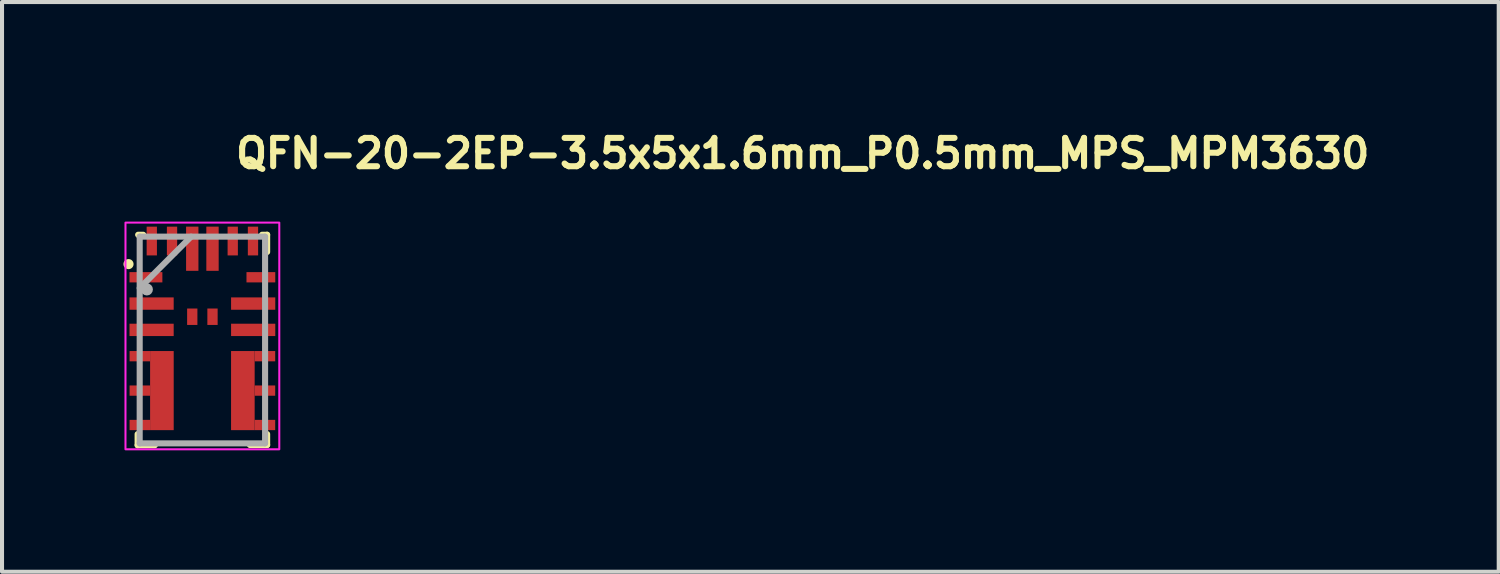
<source format=kicad_pcb>
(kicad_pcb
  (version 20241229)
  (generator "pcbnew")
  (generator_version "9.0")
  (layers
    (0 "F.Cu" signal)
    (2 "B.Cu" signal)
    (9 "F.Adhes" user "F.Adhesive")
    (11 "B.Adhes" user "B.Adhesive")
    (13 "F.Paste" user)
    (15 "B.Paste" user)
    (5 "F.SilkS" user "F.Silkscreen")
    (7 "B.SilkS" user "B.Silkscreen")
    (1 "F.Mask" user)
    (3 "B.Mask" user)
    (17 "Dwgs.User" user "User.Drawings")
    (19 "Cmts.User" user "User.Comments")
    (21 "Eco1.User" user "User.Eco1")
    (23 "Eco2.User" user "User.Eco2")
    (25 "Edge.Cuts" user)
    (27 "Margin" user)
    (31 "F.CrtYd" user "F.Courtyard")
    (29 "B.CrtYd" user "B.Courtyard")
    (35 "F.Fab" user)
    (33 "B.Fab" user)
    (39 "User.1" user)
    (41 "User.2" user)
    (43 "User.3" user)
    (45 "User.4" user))
  (footprint "QFN-20-2EP-3.5x5x1.6mm_P0.5mm_MPS_MPM3630"
    (layer "F.Cu")
    (at 1.95 5.35)
    (property "Reference" "QFN-20-2EP-3.5x5x1.6mm_P0.5mm_MPS_MPM3630" (at 0.75 -4.2 0) (unlocked yes) (layer "F.SilkS") (effects (font (size 0.7 0.7) (thickness 0.15)) (justify left bottom)))
    (attr smd)
    (fp_line (start -1.6 2.325) (end -1.6 2.6) (stroke (width 0.15) (type solid)) (layer "F.SilkS"))
    (fp_line (start -1.587 -2.6) (end -1.462 -2.6) (stroke (width 0.15) (type solid)) (layer "F.SilkS"))
    (fp_line (start -1.175 2.6) (end -1.6 2.6) (stroke (width 0.15) (type solid)) (layer "F.SilkS"))
    (fp_line (start 1.175 2.594) (end 1.6 2.594) (stroke (width 0.15) (type solid)) (layer "F.SilkS"))
    (fp_line (start 1.475 -2.6) (end 1.6 -2.6) (stroke (width 0.15) (type solid)) (layer "F.SilkS"))
    (fp_line (start 1.6 -2.6) (end 1.6 -2.175) (stroke (width 0.15) (type solid)) (layer "F.SilkS"))
    (fp_line (start 1.6 2.325) (end 1.6 2.594) (stroke (width 0.15) (type solid)) (layer "F.SilkS"))
    (fp_circle (center -1.825 -1.875) (end -1.775 -1.875) (stroke (width 0.15) (type solid)) (fill yes) (layer "F.SilkS"))
    (fp_rect (start -1.9 -2.9) (end 1.9 2.7) (stroke (width 0.05) (type solid)) (fill no) (layer "F.CrtYd"))
    (fp_line (start -1.549 -2.553) (end -1.549 2.553) (stroke (width 0.15) (type solid)) (layer "F.Fab"))
    (fp_line (start -1.549 -1.283) (end -0.279 -2.553) (stroke (width 0.15) (type solid)) (layer "F.Fab"))
    (fp_line (start -1.549 2.553) (end 1.549 2.553) (stroke (width 0.15) (type solid)) (layer "F.Fab"))
    (fp_line (start 1.549 -2.553) (end -1.549 -2.553) (stroke (width 0.15) (type solid)) (layer "F.Fab"))
    (fp_line (start 1.549 2.553) (end 1.549 -2.553) (stroke (width 0.15) (type solid)) (layer "F.Fab"))
    (fp_circle (center -1.372 -1.25) (end -1.372 -1.25) (stroke (width 0.15) (type solid)) (fill no) (layer "F.Fab"))
    (fp_rect (start -1.5 -2.5) (end 1.5 2.5) (stroke (width 0.1) (type solid)) (fill no) (layer "User.5"))
    (fp_line (start -1.5 -2.5) (end -1.5 2.5) (stroke (width 0.02) (type solid)) (layer "User.9"))
    (fp_line (start -1.5 2.5) (end 1.5 2.5) (stroke (width 0.02) (type solid)) (layer "User.9"))
    (fp_line (start -1.058 -1.611) (end -1.058 -1.603) (stroke (width 0.02) (type solid)) (layer "User.9"))
    (fp_line (start -1.058 -1.603) (end -1.057 -1.587) (stroke (width 0.02) (type solid)) (layer "User.9"))
    (fp_line (start -1.057 -1.626) (end -1.057 -1.619) (stroke (width 0.02) (type solid)) (layer "User.9"))
    (fp_line (start -1.057 -1.619) (end -1.058 -1.611) (stroke (width 0.02) (type solid)) (layer "User.9"))
    (fp_line (start -1.057 -1.587) (end -1.056 -1.572) (stroke (width 0.02) (type solid)) (layer "User.9"))
    (fp_line (start -1.056 -1.634) (end -1.057 -1.626) (stroke (width 0.02) (type solid)) (layer "User.9"))
    (fp_line (start -1.056 -1.572) (end -1.053 -1.556) (stroke (width 0.02) (type solid)) (layer "User.9"))
    (fp_line (start -1.055 -1.642) (end -1.056 -1.634) (stroke (width 0.02) (type solid)) (layer "User.9"))
    (fp_line (start -1.053 -1.649) (end -1.055 -1.642) (stroke (width 0.02) (type solid)) (layer "User.9"))
    (fp_line (start -1.053 -1.556) (end -1.05 -1.541) (stroke (width 0.02) (type solid)) (layer "User.9"))
    (fp_line (start -1.051 -1.657) (end -1.053 -1.649) (stroke (width 0.02) (type solid)) (layer "User.9"))
    (fp_line (start -1.05 -1.664) (end -1.051 -1.657) (stroke (width 0.02) (type solid)) (layer "User.9"))
    (fp_line (start -1.05 -1.541) (end -1.045 -1.527) (stroke (width 0.02) (type solid)) (layer "User.9"))
    (fp_line (start -1.047 -1.672) (end -1.05 -1.664) (stroke (width 0.02) (type solid)) (layer "User.9"))
    (fp_line (start -1.045 -1.679) (end -1.047 -1.672) (stroke (width 0.02) (type solid)) (layer "User.9"))
    (fp_line (start -1.045 -1.527) (end -1.04 -1.512) (stroke (width 0.02) (type solid)) (layer "User.9"))
    (fp_line (start -1.043 -1.686) (end -1.045 -1.679) (stroke (width 0.02) (type solid)) (layer "User.9"))
    (fp_line (start -1.04 -1.693) (end -1.043 -1.686) (stroke (width 0.02) (type solid)) (layer "User.9"))
    (fp_line (start -1.04 -1.512) (end -1.033 -1.499) (stroke (width 0.02) (type solid)) (layer "User.9"))
    (fp_line (start -1.037 -1.7) (end -1.04 -1.693) (stroke (width 0.02) (type solid)) (layer "User.9"))
    (fp_line (start -1.033 -1.707) (end -1.037 -1.7) (stroke (width 0.02) (type solid)) (layer "User.9"))
    (fp_line (start -1.033 -1.499) (end -1.026 -1.485) (stroke (width 0.02) (type solid)) (layer "User.9"))
    (fp_line (start -1.03 -1.714) (end -1.033 -1.707) (stroke (width 0.02) (type solid)) (layer "User.9"))
    (fp_line (start -1.026 -1.721) (end -1.03 -1.714) (stroke (width 0.02) (type solid)) (layer "User.9"))
    (fp_line (start -1.026 -1.485) (end -1.018 -1.472) (stroke (width 0.02) (type solid)) (layer "User.9"))
    (fp_line (start -1.022 -1.727) (end -1.026 -1.721) (stroke (width 0.02) (type solid)) (layer "User.9"))
    (fp_line (start -1.018 -1.734) (end -1.022 -1.727) (stroke (width 0.02) (type solid)) (layer "User.9"))
    (fp_line (start -1.018 -1.472) (end -1.009 -1.46) (stroke (width 0.02) (type solid)) (layer "User.9"))
    (fp_line (start -1.014 -1.74) (end -1.018 -1.734) (stroke (width 0.02) (type solid)) (layer "User.9"))
    (fp_line (start -1.009 -1.746) (end -1.014 -1.74) (stroke (width 0.02) (type solid)) (layer "User.9"))
    (fp_line (start -1.009 -1.46) (end -1 -1.448) (stroke (width 0.02) (type solid)) (layer "User.9"))
    (fp_line (start -1.004 -1.752) (end -1.009 -1.746) (stroke (width 0.02) (type solid)) (layer "User.9"))
    (fp_line (start -1 -1.758) (end -1.004 -1.752) (stroke (width 0.02) (type solid)) (layer "User.9"))
    (fp_line (start -1 -1.448) (end -0.989 -1.437) (stroke (width 0.02) (type solid)) (layer "User.9"))
    (fp_line (start -0.994 -1.764) (end -1 -1.758) (stroke (width 0.02) (type solid)) (layer "User.9"))
    (fp_line (start -0.989 -1.769) (end -0.994 -1.764) (stroke (width 0.02) (type solid)) (layer "User.9"))
    (fp_line (start -0.989 -1.437) (end -0.978 -1.426) (stroke (width 0.02) (type solid)) (layer "User.9"))
    (fp_line (start -0.984 -1.775) (end -0.989 -1.769) (stroke (width 0.02) (type solid)) (layer "User.9"))
    (fp_line (start -0.978 -1.78) (end -0.984 -1.775) (stroke (width 0.02) (type solid)) (layer "User.9"))
    (fp_line (start -0.978 -1.426) (end -0.966 -1.416) (stroke (width 0.02) (type solid)) (layer "User.9"))
    (fp_line (start -0.972 -1.785) (end -0.978 -1.78) (stroke (width 0.02) (type solid)) (layer "User.9"))
    (fp_line (start -0.966 -1.79) (end -0.972 -1.785) (stroke (width 0.02) (type solid)) (layer "User.9"))
    (fp_line (start -0.966 -1.416) (end -0.953 -1.407) (stroke (width 0.02) (type solid)) (layer "User.9"))
    (fp_line (start -0.96 -1.794) (end -0.966 -1.79) (stroke (width 0.02) (type solid)) (layer "User.9"))
    (fp_line (start -0.953 -1.799) (end -0.96 -1.794) (stroke (width 0.02) (type solid)) (layer "User.9"))
    (fp_line (start -0.953 -1.407) (end -0.94 -1.399) (stroke (width 0.02) (type solid)) (layer "User.9"))
    (fp_line (start -0.947 -1.803) (end -0.953 -1.799) (stroke (width 0.02) (type solid)) (layer "User.9"))
    (fp_line (start -0.94 -1.807) (end -0.947 -1.803) (stroke (width 0.02) (type solid)) (layer "User.9"))
    (fp_line (start -0.94 -1.807) (end -0.94 -1.807) (stroke (width 0.02) (type solid)) (layer "User.9"))
    (fp_line (start -0.94 -1.399) (end -0.94 -1.399) (stroke (width 0.02) (type solid)) (layer "User.9"))
    (fp_line (start -0.94 -1.399) (end -0.926 -1.391) (stroke (width 0.02) (type solid)) (layer "User.9"))
    (fp_line (start -0.926 -1.814) (end -0.94 -1.807) (stroke (width 0.02) (type solid)) (layer "User.9"))
    (fp_line (start -0.926 -1.391) (end -0.912 -1.385) (stroke (width 0.02) (type solid)) (layer "User.9"))
    (fp_line (start -0.912 -1.821) (end -0.926 -1.814) (stroke (width 0.02) (type solid)) (layer "User.9"))
    (fp_line (start -0.912 -1.385) (end -0.897 -1.38) (stroke (width 0.02) (type solid)) (layer "User.9"))
    (fp_line (start -0.897 -1.826) (end -0.912 -1.821) (stroke (width 0.02) (type solid)) (layer "User.9"))
    (fp_line (start -0.897 -1.38) (end -0.883 -1.375) (stroke (width 0.02) (type solid)) (layer "User.9"))
    (fp_line (start -0.883 -1.831) (end -0.897 -1.826) (stroke (width 0.02) (type solid)) (layer "User.9"))
    (fp_line (start -0.883 -1.375) (end -0.868 -1.372) (stroke (width 0.02) (type solid)) (layer "User.9"))
    (fp_line (start -0.868 -1.834) (end -0.883 -1.831) (stroke (width 0.02) (type solid)) (layer "User.9"))
    (fp_line (start -0.868 -1.372) (end -0.852 -1.369) (stroke (width 0.02) (type solid)) (layer "User.9"))
    (fp_line (start -0.852 -1.837) (end -0.868 -1.834) (stroke (width 0.02) (type solid)) (layer "User.9"))
    (fp_line (start -0.852 -1.369) (end -0.837 -1.368) (stroke (width 0.02) (type solid)) (layer "User.9"))
    (fp_line (start -0.837 -1.838) (end -0.852 -1.837) (stroke (width 0.02) (type solid)) (layer "User.9"))
    (fp_line (start -0.837 -1.368) (end -0.822 -1.367) (stroke (width 0.02) (type solid)) (layer "User.9"))
    (fp_line (start -0.822 -1.839) (end -0.837 -1.838) (stroke (width 0.02) (type solid)) (layer "User.9"))
    (fp_line (start -0.822 -1.367) (end -0.807 -1.368) (stroke (width 0.02) (type solid)) (layer "User.9"))
    (fp_line (start -0.807 -1.838) (end -0.822 -1.839) (stroke (width 0.02) (type solid)) (layer "User.9"))
    (fp_line (start -0.807 -1.368) (end -0.792 -1.369) (stroke (width 0.02) (type solid)) (layer "User.9"))
    (fp_line (start -0.792 -1.837) (end -0.807 -1.838) (stroke (width 0.02) (type solid)) (layer "User.9"))
    (fp_line (start -0.792 -1.369) (end -0.776 -1.372) (stroke (width 0.02) (type solid)) (layer "User.9"))
    (fp_line (start -0.776 -1.834) (end -0.792 -1.837) (stroke (width 0.02) (type solid)) (layer "User.9"))
    (fp_line (start -0.776 -1.372) (end -0.761 -1.375) (stroke (width 0.02) (type solid)) (layer "User.9"))
    (fp_line (start -0.761 -1.831) (end -0.776 -1.834) (stroke (width 0.02) (type solid)) (layer "User.9"))
    (fp_line (start -0.761 -1.375) (end -0.747 -1.38) (stroke (width 0.02) (type solid)) (layer "User.9"))
    (fp_line (start -0.747 -1.826) (end -0.761 -1.831) (stroke (width 0.02) (type solid)) (layer "User.9"))
    (fp_line (start -0.747 -1.38) (end -0.732 -1.385) (stroke (width 0.02) (type solid)) (layer "User.9"))
    (fp_line (start -0.732 -1.821) (end -0.747 -1.826) (stroke (width 0.02) (type solid)) (layer "User.9"))
    (fp_line (start -0.732 -1.385) (end -0.718 -1.391) (stroke (width 0.02) (type solid)) (layer "User.9"))
    (fp_line (start -0.718 -1.814) (end -0.732 -1.821) (stroke (width 0.02) (type solid)) (layer "User.9"))
    (fp_line (start -0.718 -1.391) (end -0.704 -1.399) (stroke (width 0.02) (type solid)) (layer "User.9"))
    (fp_line (start -0.704 -1.807) (end -0.718 -1.814) (stroke (width 0.02) (type solid)) (layer "User.9"))
    (fp_line (start -0.704 -1.807) (end -0.704 -1.807) (stroke (width 0.02) (type solid)) (layer "User.9"))
    (fp_line (start -0.704 -1.399) (end -0.704 -1.399) (stroke (width 0.02) (type solid)) (layer "User.9"))
    (fp_line (start -0.704 -1.399) (end -0.697 -1.403) (stroke (width 0.02) (type solid)) (layer "User.9"))
    (fp_line (start -0.697 -1.403) (end -0.691 -1.407) (stroke (width 0.02) (type solid)) (layer "User.9"))
    (fp_line (start -0.691 -1.799) (end -0.704 -1.807) (stroke (width 0.02) (type solid)) (layer "User.9"))
    (fp_line (start -0.691 -1.407) (end -0.684 -1.412) (stroke (width 0.02) (type solid)) (layer "User.9"))
    (fp_line (start -0.684 -1.412) (end -0.678 -1.416) (stroke (width 0.02) (type solid)) (layer "User.9"))
    (fp_line (start -0.678 -1.79) (end -0.691 -1.799) (stroke (width 0.02) (type solid)) (layer "User.9"))
    (fp_line (start -0.678 -1.416) (end -0.672 -1.421) (stroke (width 0.02) (type solid)) (layer "User.9"))
    (fp_line (start -0.672 -1.421) (end -0.666 -1.426) (stroke (width 0.02) (type solid)) (layer "User.9"))
    (fp_line (start -0.666 -1.78) (end -0.678 -1.79) (stroke (width 0.02) (type solid)) (layer "User.9"))
    (fp_line (start -0.666 -1.426) (end -0.66 -1.431) (stroke (width 0.02) (type solid)) (layer "User.9"))
    (fp_line (start -0.66 -1.431) (end -0.655 -1.437) (stroke (width 0.02) (type solid)) (layer "User.9"))
    (fp_line (start -0.655 -1.769) (end -0.666 -1.78) (stroke (width 0.02) (type solid)) (layer "User.9"))
    (fp_line (start -0.655 -1.437) (end -0.65 -1.442) (stroke (width 0.02) (type solid)) (layer "User.9"))
    (fp_line (start -0.65 -1.442) (end -0.644 -1.448) (stroke (width 0.02) (type solid)) (layer "User.9"))
    (fp_line (start -0.644 -1.758) (end -0.655 -1.769) (stroke (width 0.02) (type solid)) (layer "User.9"))
    (fp_line (start -0.644 -1.448) (end -0.64 -1.454) (stroke (width 0.02) (type solid)) (layer "User.9"))
    (fp_line (start -0.64 -1.454) (end -0.635 -1.46) (stroke (width 0.02) (type solid)) (layer "User.9"))
    (fp_line (start -0.635 -1.746) (end -0.644 -1.758) (stroke (width 0.02) (type solid)) (layer "User.9"))
    (fp_line (start -0.635 -1.46) (end -0.63 -1.466) (stroke (width 0.02) (type solid)) (layer "User.9"))
    (fp_line (start -0.63 -1.466) (end -0.626 -1.472) (stroke (width 0.02) (type solid)) (layer "User.9"))
    (fp_line (start -0.626 -1.734) (end -0.635 -1.746) (stroke (width 0.02) (type solid)) (layer "User.9"))
    (fp_line (start -0.626 -1.472) (end -0.622 -1.478) (stroke (width 0.02) (type solid)) (layer "User.9"))
    (fp_line (start -0.622 -1.478) (end -0.618 -1.485) (stroke (width 0.02) (type solid)) (layer "User.9"))
    (fp_line (start -0.618 -1.721) (end -0.626 -1.734) (stroke (width 0.02) (type solid)) (layer "User.9"))
    (fp_line (start -0.618 -1.485) (end -0.614 -1.492) (stroke (width 0.02) (type solid)) (layer "User.9"))
    (fp_line (start -0.614 -1.492) (end -0.611 -1.499) (stroke (width 0.02) (type solid)) (layer "User.9"))
    (fp_line (start -0.611 -1.707) (end -0.618 -1.721) (stroke (width 0.02) (type solid)) (layer "User.9"))
    (fp_line (start -0.611 -1.499) (end -0.607 -1.505) (stroke (width 0.02) (type solid)) (layer "User.9"))
    (fp_line (start -0.607 -1.505) (end -0.604 -1.512) (stroke (width 0.02) (type solid)) (layer "User.9"))
    (fp_line (start -0.604 -1.693) (end -0.611 -1.707) (stroke (width 0.02) (type solid)) (layer "User.9"))
    (fp_line (start -0.604 -1.512) (end -0.601 -1.52) (stroke (width 0.02) (type solid)) (layer "User.9"))
    (fp_line (start -0.601 -1.52) (end -0.599 -1.527) (stroke (width 0.02) (type solid)) (layer "User.9"))
    (fp_line (start -0.599 -1.679) (end -0.604 -1.693) (stroke (width 0.02) (type solid)) (layer "User.9"))
    (fp_line (start -0.599 -1.527) (end -0.597 -1.534) (stroke (width 0.02) (type solid)) (layer "User.9"))
    (fp_line (start -0.597 -1.534) (end -0.594 -1.541) (stroke (width 0.02) (type solid)) (layer "User.9"))
    (fp_line (start -0.594 -1.664) (end -0.599 -1.679) (stroke (width 0.02) (type solid)) (layer "User.9"))
    (fp_line (start -0.594 -1.541) (end -0.593 -1.549) (stroke (width 0.02) (type solid)) (layer "User.9"))
    (fp_line (start -0.593 -1.549) (end -0.591 -1.556) (stroke (width 0.02) (type solid)) (layer "User.9"))
    (fp_line (start -0.591 -1.649) (end -0.594 -1.664) (stroke (width 0.02) (type solid)) (layer "User.9"))
    (fp_line (start -0.591 -1.556) (end -0.589 -1.564) (stroke (width 0.02) (type solid)) (layer "User.9"))
    (fp_line (start -0.589 -1.564) (end -0.588 -1.572) (stroke (width 0.02) (type solid)) (layer "User.9"))
    (fp_line (start -0.588 -1.634) (end -0.591 -1.649) (stroke (width 0.02) (type solid)) (layer "User.9"))
    (fp_line (start -0.588 -1.572) (end -0.587 -1.579) (stroke (width 0.02) (type solid)) (layer "User.9"))
    (fp_line (start -0.587 -1.619) (end -0.588 -1.634) (stroke (width 0.02) (type solid)) (layer "User.9"))
    (fp_line (start -0.587 -1.587) (end -0.586 -1.595) (stroke (width 0.02) (type solid)) (layer "User.9"))
    (fp_line (start -0.587 -1.579) (end -0.587 -1.587) (stroke (width 0.02) (type solid)) (layer "User.9"))
    (fp_line (start -0.586 -1.603) (end -0.587 -1.619) (stroke (width 0.02) (type solid)) (layer "User.9"))
    (fp_line (start -0.586 -1.595) (end -0.586 -1.603) (stroke (width 0.02) (type solid)) (layer "User.9"))
    (fp_line (start 1.5 -2.5) (end -1.5 -2.5) (stroke (width 0.02) (type solid)) (layer "User.9"))
    (fp_line (start 1.5 2.5) (end 1.5 -2.5) (stroke (width 0.02) (type solid)) (layer "User.9"))
    (pad "1" smd rect (at -1.395 -1.55) (size 0.813 0.254) (layers "F.Cu" "F.Mask" "F.Paste"))
    (pad "2" smd rect (at -1.255 -0.9) (size 1.092 0.305) (layers "F.Cu" "F.Mask" "F.Paste"))
    (pad "3" smd rect (at -1.255 -0.25) (size 1.092 0.305) (layers "F.Cu" "F.Mask" "F.Paste"))
    (pad "4" smd rect (at -1.545 0.4) (size 0.508 0.254) (layers "F.Cu" "F.Mask" "F.Paste"))
    (pad "5" smd rect (at -1.545 1.25) (size 0.508 0.254) (layers "F.Cu" "F.Mask" "F.Paste"))
    (pad "5" smd rect (at -1 1.25) (size 0.583 1.954) (layers "F.Cu" "F.Mask" "F.Paste"))
    (pad "6" smd rect (at -1.545 2.1) (size 0.508 0.254) (layers "F.Cu" "F.Mask" "F.Paste"))
    (pad "7" smd rect (at 1.545 2.1) (size 0.508 0.254) (layers "F.Cu" "F.Mask" "F.Paste"))
    (pad "8" smd rect (at 1 1.25) (size 0.583 1.954) (layers "F.Cu" "F.Mask" "F.Paste"))
    (pad "8" smd rect (at 1.545 1.25) (size 0.508 0.254) (layers "F.Cu" "F.Mask" "F.Paste"))
    (pad "9" smd rect (at 1.545 0.4) (size 0.508 0.254) (layers "F.Cu" "F.Mask" "F.Paste"))
    (pad "10" smd rect (at 1.255 -0.25) (size 1.092 0.305) (layers "F.Cu" "F.Mask" "F.Paste"))
    (pad "11" smd rect (at 1.255 -0.9) (size 1.092 0.305) (layers "F.Cu" "F.Mask" "F.Paste"))
    (pad "12" smd rect (at 1.445 -1.55) (size 0.711 0.254) (layers "F.Cu" "F.Mask" "F.Paste"))
    (pad "13" smd rect (at 1.25 -2.445 90) (size 0.711 0.254) (layers "F.Cu" "F.Mask" "F.Paste"))
    (pad "14" smd rect (at 0.75 -2.445 90) (size 0.711 0.254) (layers "F.Cu" "F.Mask" "F.Paste"))
    (pad "15" smd rect (at 0.25 -2.255 90) (size 1.092 0.305) (layers "F.Cu" "F.Mask" "F.Paste"))
    (pad "16" smd rect (at -0.25 -2.255 90) (size 1.092 0.305) (layers "F.Cu" "F.Mask" "F.Paste"))
    (pad "17" smd rect (at -0.75 -2.445 90) (size 0.711 0.254) (layers "F.Cu" "F.Mask" "F.Paste"))
    (pad "18" smd rect (at -1.25 -2.445 90) (size 0.711 0.254) (layers "F.Cu" "F.Mask" "F.Paste"))
    (pad "19" smd rect (at -0.25 -0.575) (size 0.254 0.406) (layers "F.Cu" "F.Mask" "F.Paste"))
    (pad "20" smd rect (at 0.25 -0.575) (size 0.254 0.406) (layers "F.Cu" "F.Mask" "F.Paste"))
    (zone (net_name "") (layer "F.Cu") (hatch full 0.508) (connect_pads) (min_thickness 0.254) (filled_areas_thickness no) (keepout (tracks not_allowed) (vias not_allowed) (pads allowed) (copperpour not_allowed) (footprints allowed)) (placement (enabled no)) (fill) (polygon (pts (xy 2.525 4.38) (xy 1.375 4.38) (xy 1.375 5.17) (xy 2.525 5.17)))))
  (gr_rect
    (start -3 -3)
    (end 33.977 11.075)
    (stroke (width 0.1) (type default))
    (fill no)
    (layer "Edge.Cuts")))
</source>
